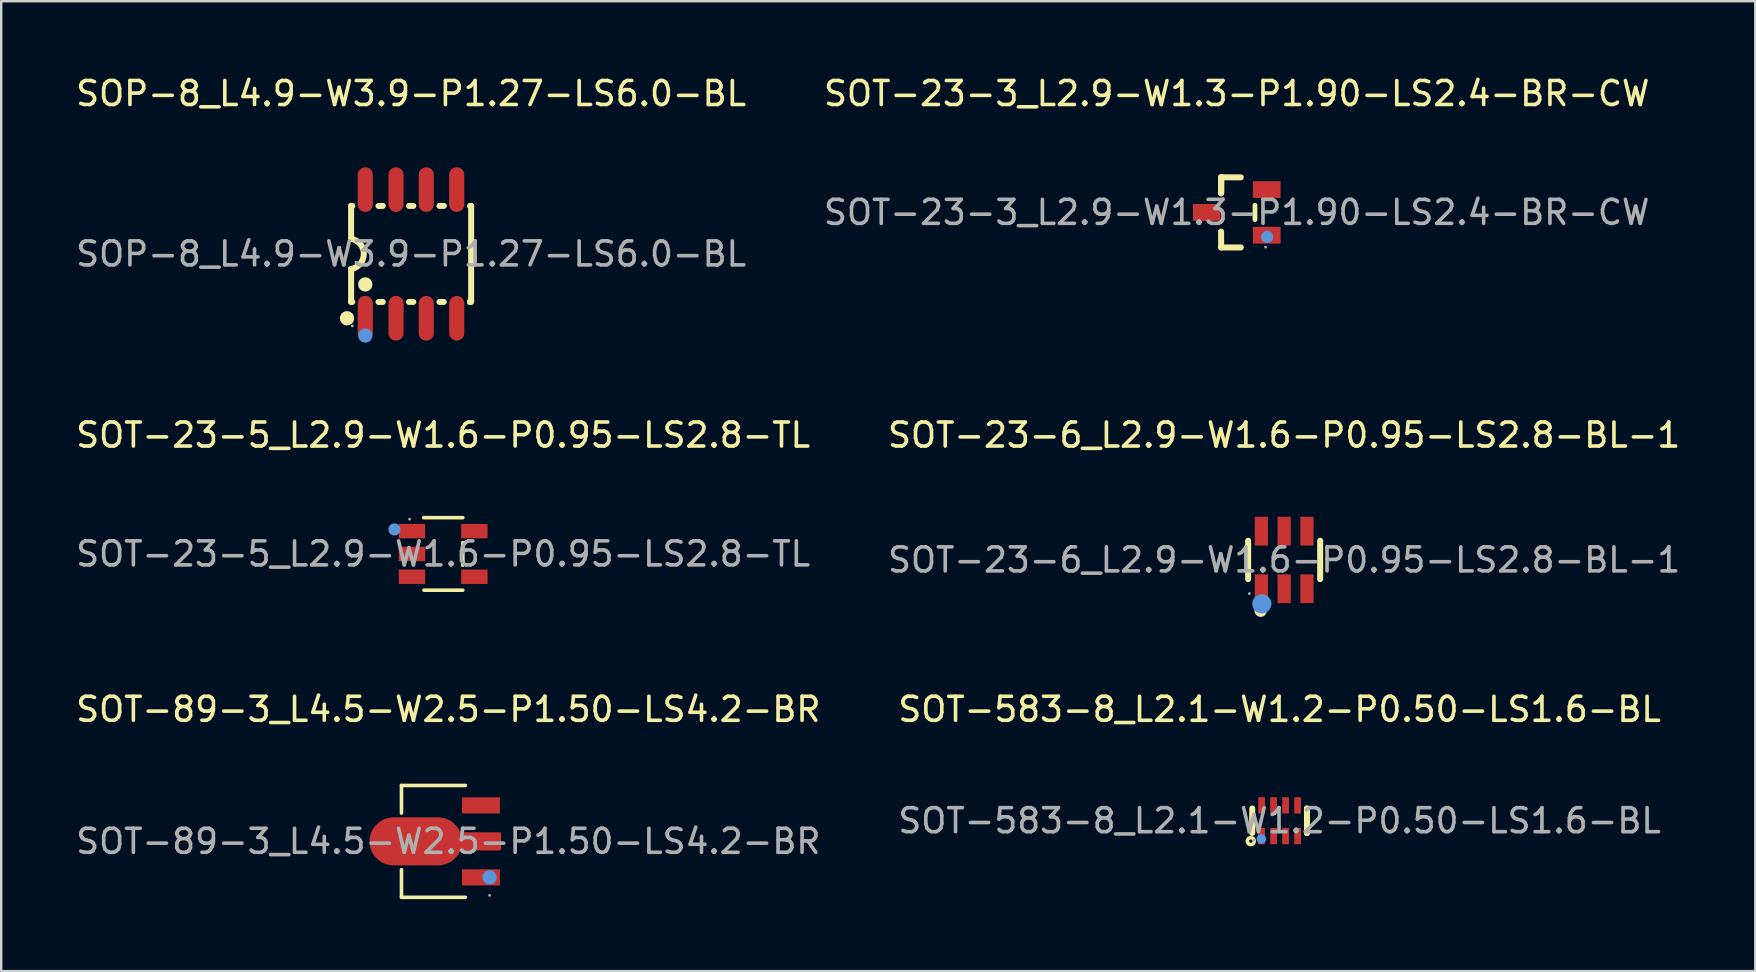
<source format=kicad_pcb>
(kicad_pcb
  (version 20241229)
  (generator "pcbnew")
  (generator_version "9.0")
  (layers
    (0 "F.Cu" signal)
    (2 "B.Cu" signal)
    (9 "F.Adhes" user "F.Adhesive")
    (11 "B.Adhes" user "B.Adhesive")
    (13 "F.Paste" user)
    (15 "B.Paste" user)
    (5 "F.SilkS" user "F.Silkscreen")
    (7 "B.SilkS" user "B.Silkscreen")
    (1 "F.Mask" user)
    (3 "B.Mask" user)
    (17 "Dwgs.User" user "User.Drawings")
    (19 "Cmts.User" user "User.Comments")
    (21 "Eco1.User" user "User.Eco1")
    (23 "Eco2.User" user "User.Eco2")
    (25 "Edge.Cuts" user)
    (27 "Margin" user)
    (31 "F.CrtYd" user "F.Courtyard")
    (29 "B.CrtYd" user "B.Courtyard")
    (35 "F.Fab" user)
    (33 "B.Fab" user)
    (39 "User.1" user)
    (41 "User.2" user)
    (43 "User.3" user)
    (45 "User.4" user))
  (footprint "SOT-583-8_L2.1-W1.2-P0.50-LS1.6-BL"
    (layer "F.Cu")
    (at 50.256 31.14)
    (property "Reference" "SOT-583-8_L2.1-W1.2-P0.50-LS1.6-BL" (at 0 -4.64 0) (layer "F.SilkS") (effects (font (size 1 1) (thickness 0.15))))
    (attr smd)
    (fp_line (start -1.14 -0.51) (end -1.14 0.51) (stroke (width 0.25) (type solid)) (layer "F.SilkS"))
    (fp_line (start 1.14 -0.51) (end 1.14 -0.51) (stroke (width 0.25) (type solid)) (layer "F.SilkS"))
    (fp_line (start 1.14 0.51) (end 1.14 -0.51) (stroke (width 0.25) (type solid)) (layer "F.SilkS"))
    (fp_line (start 1.14 0.51) (end 1.14 0.51) (stroke (width 0.25) (type solid)) (layer "F.SilkS"))
    (fp_circle (center -1.2 0.85) (end -1.13 0.85) (stroke (width 0.15) (type solid)) (fill no) (layer "F.SilkS"))
    (fp_circle (center -0.76 0.76) (end -0.66 0.76) (stroke (width 0.2) (type solid)) (fill no) (layer "Cmts.User"))
    (fp_circle (center -1.05 0.8) (end -1.02 0.8) (stroke (width 0.06) (type solid)) (fill no) (layer "F.Fab"))
    (fp_text user "${REFERENCE}" (at 0 0 0) (layer "F.Fab") (effects (font (size 1 1) (thickness 0.15))))
    (pad "1" smd rect (at -0.75 0.64) (size 0.28 0.68) (layers "F.Cu" "F.Mask" "F.Paste"))
    (pad "2" smd rect (at -0.25 0.64) (size 0.28 0.68) (layers "F.Cu" "F.Mask" "F.Paste"))
    (pad "3" smd rect (at 0.25 0.64) (size 0.28 0.68) (layers "F.Cu" "F.Mask" "F.Paste"))
    (pad "4" smd rect (at 0.75 0.64) (size 0.28 0.68) (layers "F.Cu" "F.Mask" "F.Paste"))
    (pad "5" smd rect (at 0.75 -0.64) (size 0.28 0.68) (layers "F.Cu" "F.Mask" "F.Paste"))
    (pad "6" smd rect (at 0.25 -0.64) (size 0.28 0.68) (layers "F.Cu" "F.Mask" "F.Paste"))
    (pad "7" smd rect (at -0.25 -0.64) (size 0.28 0.68) (layers "F.Cu" "F.Mask" "F.Paste"))
    (pad "8" smd rect (at -0.75 -0.64) (size 0.28 0.68) (layers "F.Cu" "F.Mask" "F.Paste")))
  (footprint "SOT-23-3_L2.9-W1.3-P1.90-LS2.4-BR-CW"
    (layer "F.Cu")
    (at 48.47 5.798)
    (property "Reference" "SOT-23-3_L2.9-W1.3-P1.90-LS2.4-BR-CW" (at 0 -4.95 0) (layer "F.SilkS") (effects (font (size 1 1) (thickness 0.15))))
    (attr smd)
    (fp_line (start -0.65 -1.46) (end -0.65 -0.8) (stroke (width 0.25) (type solid)) (layer "F.SilkS"))
    (fp_line (start -0.65 -1.46) (end 0.17 -1.46) (stroke (width 0.25) (type solid)) (layer "F.SilkS"))
    (fp_line (start -0.65 -0.8) (end -0.65 -1.46) (stroke (width 0.25) (type solid)) (layer "F.SilkS"))
    (fp_line (start -0.65 -0.8) (end -0.65 -1.46) (stroke (width 0.25) (type solid)) (layer "F.SilkS"))
    (fp_line (start -0.65 1.46) (end -0.65 0.8) (stroke (width 0.25) (type solid)) (layer "F.SilkS"))
    (fp_line (start 0.17 1.46) (end -0.65 1.46) (stroke (width 0.25) (type solid)) (layer "F.SilkS"))
    (fp_line (start 0.76 0.3) (end 0.76 -0.3) (stroke (width 0.2) (type solid)) (layer "F.SilkS"))
    (fp_circle (center 1.27 1.02) (end 1.4 1.02) (stroke (width 0.25) (type solid)) (fill no) (layer "Cmts.User"))
    (fp_circle (center 1.2 1.45) (end 1.23 1.45) (stroke (width 0.06) (type solid)) (fill no) (layer "F.Fab"))
    (fp_text user "${REFERENCE}" (at 0 0 0) (layer "F.Fab") (effects (font (size 1 1) (thickness 0.15))))
    (pad "1" smd rect (at 1.25 0.95) (size 1.15 0.7) (layers "F.Cu" "F.Mask" "F.Paste"))
    (pad "2" smd rect (at -1.25 0) (size 1.15 0.7) (layers "F.Cu" "F.Mask" "F.Paste"))
    (pad "3" smd rect (at 1.25 -0.95) (size 1.15 0.7) (layers "F.Cu" "F.Mask" "F.Paste")))
  (footprint "SOT-23-5_L2.9-W1.6-P0.95-LS2.8-TL"
    (layer "F.Cu")
    (at 15.411 20.026)
    (property "Reference" "SOT-23-5_L2.9-W1.6-P0.95-LS2.8-TL" (at 0 -4.95 0) (layer "F.SilkS") (effects (font (size 1 1) (thickness 0.15))))
    (attr smd)
    (fp_line (start -0.81 -1.51) (end 0.82 -1.51) (stroke (width 0.15) (type solid)) (layer "F.SilkS"))
    (fp_line (start -0.8 1.51) (end 0.82 1.51) (stroke (width 0.15) (type solid)) (layer "F.SilkS"))
    (fp_line (start 0.82 -0.47) (end 0.82 0.47) (stroke (width 0.15) (type solid)) (layer "F.SilkS"))
    (fp_circle (center -2.03 -1.02) (end -1.9 -1.02) (stroke (width 0.25) (type solid)) (fill no) (layer "Cmts.User"))
    (fp_circle (center -1.4 -1.45) (end -1.37 -1.45) (stroke (width 0.06) (type solid)) (fill no) (layer "F.Fab"))
    (fp_text user "${REFERENCE}" (at 0 0 0) (layer "F.Fab") (effects (font (size 1 1) (thickness 0.15))))
    (pad "1" smd rect (at -1.3 -0.95) (size 1.1 0.6) (layers "F.Cu" "F.Mask" "F.Paste"))
    (pad "2" smd rect (at -1.3 0) (size 1.1 0.6) (layers "F.Cu" "F.Mask" "F.Paste"))
    (pad "3" smd rect (at -1.3 0.95) (size 1.1 0.6) (layers "F.Cu" "F.Mask" "F.Paste"))
    (pad "4" smd rect (at 1.3 0.95) (size 1.1 0.6) (layers "F.Cu" "F.Mask" "F.Paste"))
    (pad "5" smd rect (at 1.3 -0.95) (size 1.1 0.6) (layers "F.Cu" "F.Mask" "F.Paste")))
  (footprint "SOP-8_L4.9-W3.9-P1.27-LS6.0-BL"
    (layer "F.Cu")
    (at 14.077 7.528)
    (property "Reference" "SOP-8_L4.9-W3.9-P1.27-LS6.0-BL" (at 0 -6.68 0) (layer "F.SilkS") (effects (font (size 1 1) (thickness 0.15))))
    (attr smd)
    (fp_line (start -2.5 -2) (end -2.5 -0.63) (stroke (width 0.25) (type solid)) (layer "F.SilkS"))
    (fp_line (start -2.5 -2) (end -2.45 -2) (stroke (width 0.25) (type solid)) (layer "F.SilkS"))
    (fp_line (start -2.5 2) (end -2.5 0.63) (stroke (width 0.25) (type solid)) (layer "F.SilkS"))
    (fp_line (start -2.5 2) (end -2.45 2) (stroke (width 0.25) (type solid)) (layer "F.SilkS"))
    (fp_line (start -1.36 -2) (end -1.18 -2) (stroke (width 0.25) (type solid)) (layer "F.SilkS"))
    (fp_line (start -1.36 2) (end -1.18 2) (stroke (width 0.25) (type solid)) (layer "F.SilkS"))
    (fp_line (start -0.09 -2) (end 0.09 -2) (stroke (width 0.25) (type solid)) (layer "F.SilkS"))
    (fp_line (start -0.09 2) (end 0.09 2) (stroke (width 0.25) (type solid)) (layer "F.SilkS"))
    (fp_line (start 1.18 -2) (end 1.36 -2) (stroke (width 0.25) (type solid)) (layer "F.SilkS"))
    (fp_line (start 1.18 2) (end 1.36 2) (stroke (width 0.25) (type solid)) (layer "F.SilkS"))
    (fp_line (start 2.45 -2) (end 2.5 -2) (stroke (width 0.25) (type solid)) (layer "F.SilkS"))
    (fp_line (start 2.45 2) (end 2.5 2) (stroke (width 0.25) (type solid)) (layer "F.SilkS"))
    (fp_line (start 2.5 -2) (end 2.5 1.95) (stroke (width 0.25) (type solid)) (layer "F.SilkS"))
    (fp_line (start 2.5 1.95) (end 2.45 2) (stroke (width 0.25) (type solid)) (layer "F.SilkS"))
    (fp_arc (start -2.5 -0.63) (mid -1.970474 -0.002632) (end -2.494818 0.629073) (stroke (width 0.25) (type solid)) (layer "F.SilkS"))
    (fp_circle (center -2.67 2.68) (end -2.52 2.68) (stroke (width 0.3) (type solid)) (fill no) (layer "F.SilkS"))
    (fp_circle (center -1.91 1.27) (end -1.76 1.27) (stroke (width 0.3) (type solid)) (fill no) (layer "F.SilkS"))
    (fp_circle (center -1.91 3.4) (end -1.76 3.4) (stroke (width 0.3) (type solid)) (fill no) (layer "Cmts.User"))
    (fp_circle (center -2.45 3) (end -2.42 3) (stroke (width 0.06) (type solid)) (fill no) (layer "F.Fab"))
    (fp_text user "${REFERENCE}" (at 0 0 0) (layer "F.Fab") (effects (font (size 1 1) (thickness 0.15))))
    (pad "1" smd oval (at -1.91 2.68) (size 0.63 1.86) (layers "F.Cu" "F.Mask" "F.Paste"))
    (pad "2" smd oval (at -0.63 2.68) (size 0.63 1.86) (layers "F.Cu" "F.Mask" "F.Paste"))
    (pad "3" smd oval (at 0.63 2.68) (size 0.63 1.86) (layers "F.Cu" "F.Mask" "F.Paste"))
    (pad "4" smd oval (at 1.9 2.68) (size 0.63 1.86) (layers "F.Cu" "F.Mask" "F.Paste"))
    (pad "5" smd oval (at 1.9 -2.68) (size 0.63 1.86) (layers "F.Cu" "F.Mask" "F.Paste"))
    (pad "6" smd oval (at 0.63 -2.68) (size 0.63 1.86) (layers "F.Cu" "F.Mask" "F.Paste"))
    (pad "7" smd oval (at -0.63 -2.68) (size 0.63 1.86) (layers "F.Cu" "F.Mask" "F.Paste"))
    (pad "8" smd oval (at -1.91 -2.68) (size 0.63 1.86) (layers "F.Cu" "F.Mask" "F.Paste")))
  (footprint "SOT-89-3_L4.5-W2.5-P1.50-LS4.2-BR"
    (layer "F.Cu")
    (at 15.625 32)
    (property "Reference" "SOT-89-3_L4.5-W2.5-P1.50-LS4.2-BR" (at 0 -5.5 0) (layer "F.SilkS") (effects (font (size 1 1) (thickness 0.15))))
    (attr smd)
    (fp_line (start -1.95 -2.33) (end -1.95 -1.18) (stroke (width 0.15) (type solid)) (layer "F.SilkS"))
    (fp_line (start -1.95 2.33) (end -1.95 1.18) (stroke (width 0.15) (type solid)) (layer "F.SilkS"))
    (fp_line (start 0.71 -2.33) (end -1.95 -2.33) (stroke (width 0.15) (type solid)) (layer "F.SilkS"))
    (fp_line (start 0.71 2.33) (end -1.95 2.33) (stroke (width 0.15) (type solid)) (layer "F.SilkS"))
    (fp_circle (center 1.72 1.5) (end 1.87 1.5) (stroke (width 0.3) (type solid)) (fill no) (layer "Cmts.User"))
    (fp_circle (center 1.72 2.25) (end 1.75 2.25) (stroke (width 0.06) (type solid)) (fill no) (layer "F.Fab"))
    (fp_text user "${REFERENCE}" (at 0 0 0) (layer "F.Fab") (effects (font (size 1 1) (thickness 0.15))))
    (pad "1" smd rect (at 1.36 1.5) (size 1.58 0.67) (layers "F.Cu" "F.Mask" "F.Paste"))
    (pad "2" smd custom (at -1.36 0) (size 0.01 0.01) (layers "F.Cu" "F.Mask" "F.Paste") (options (anchor circle)) (primitives (gr_poly (pts (xy -0.92 -0.95) (xy 0.93 -0.95) (xy 0.98 -0.95) (xy 1.02 -0.95) (xy 1.07 -0.94) (xy 1.11 -0.93) (xy 1.16 -0.92) (xy 1.2 -0.91) (xy 1.24 -0.9) (xy 1.28 -0.88) (xy 1.32 -0.87) (xy 1.36 -0.85) (xy 1.4 -0.83) (xy 1.44 -0.8) (xy 1.48 -0.78) (xy 1.51 -0.75) (xy 1.55 -0.72) (xy 1.58 -0.69) (xy 1.61 -0.66) (xy 1.64 -0.63) (xy 1.67 -0.6) (xy 1.7 -0.56) (xy 1.73 -0.53) (xy 1.75 -0.49) (xy 1.77 -0.45) (xy 1.79 -0.41) (xy 1.81 -0.33) (xy 3.51 -0.33) (xy 3.51 0.33) (xy 1.81 0.33) (xy 1.79 0.41) (xy 1.77 0.45) (xy 1.75 0.49) (xy 1.73 0.53) (xy 1.7 0.56) (xy 1.67 0.6) (xy 1.64 0.63) (xy 1.61 0.66) (xy 1.58 0.7) (xy 1.55 0.72) (xy 1.51 0.75) (xy 1.48 0.78) (xy 1.44 0.8) (xy 1.4 0.83) (xy 1.36 0.85) (xy 1.32 0.87) (xy 1.28 0.88) (xy 1.24 0.9) (xy 1.2 0.91) (xy 1.16 0.92) (xy 1.11 0.93) (xy 1.07 0.94) (xy 1.02 0.95) (xy 0.98 0.95) (xy 0.93 0.95) (xy -0.92 0.95) (xy -0.96 0.95) (xy -1.01 0.95) (xy -1.05 0.94) (xy -1.1 0.93) (xy -1.14 0.92) (xy -1.18 0.91) (xy -1.23 0.9) (xy -1.27 0.88) (xy -1.31 0.87) (xy -1.35 0.85) (xy -1.39 0.83) (xy -1.43 0.8) (xy -1.46 0.78) (xy -1.5 0.75) (xy -1.53 0.72) (xy -1.57 0.7) (xy -1.6 0.66) (xy -1.63 0.63) (xy -1.66 0.6) (xy -1.69 0.56) (xy -1.71 0.53) (xy -1.73 0.49) (xy -1.76 0.45) (xy -1.78 0.41) (xy -1.8 0.37) (xy -1.81 0.33) (xy -1.83 0.29) (xy -1.84 0.24) (xy -1.85 0.2) (xy -1.86 0.16) (xy -1.86 0.11) (xy -1.87 0.07) (xy -1.87 0.02) (xy -1.87 -0.02) (xy -1.87 -0.07) (xy -1.86 -0.11) (xy -1.86 -0.15) (xy -1.85 -0.2) (xy -1.84 -0.24) (xy -1.83 -0.28) (xy -1.81 -0.33) (xy -1.8 -0.37) (xy -1.78 -0.41) (xy -1.76 -0.45) (xy -1.73 -0.49) (xy -1.71 -0.53) (xy -1.69 -0.56) (xy -1.66 -0.6) (xy -1.63 -0.63) (xy -1.6 -0.66) (xy -1.57 -0.69) (xy -1.53 -0.72) (xy -1.5 -0.75) (xy -1.46 -0.78) (xy -1.43 -0.8) (xy -1.39 -0.83) (xy -1.35 -0.85) (xy -1.31 -0.87) (xy -1.27 -0.88) (xy -1.23 -0.9) (xy -1.18 -0.91) (xy -1.14 -0.92) (xy -1.1 -0.93) (xy -1.05 -0.94) (xy -1.01 -0.95) (xy -0.96 -0.95) (xy -0.92 -0.95)) (width 0.1) (fill yes))))
    (pad "3" smd rect (at 1.36 -1.5) (size 1.58 0.67) (layers "F.Cu" "F.Mask" "F.Paste")))
  (footprint "SOT-23-6_L2.9-W1.6-P0.95-LS2.8-BL-1"
    (layer "F.Cu")
    (at 50.446 20.276)
    (property "Reference" "SOT-23-6_L2.9-W1.6-P0.95-LS2.8-BL-1" (at 0 -5.2 0) (layer "F.SilkS") (effects (font (size 1 1) (thickness 0.15))))
    (attr smd)
    (fp_line (start -1.5 0.8) (end -1.5 -0.8) (stroke (width 0.25) (type solid)) (layer "F.SilkS"))
    (fp_line (start 1.5 -0.8) (end 1.5 0.8) (stroke (width 0.25) (type solid)) (layer "F.SilkS"))
    (fp_circle (center -0.98 2.12) (end -0.85 2.12) (stroke (width 0.25) (type solid)) (fill no) (layer "F.SilkS"))
    (fp_circle (center -0.93 1.83) (end -0.73 1.83) (stroke (width 0.4) (type solid)) (fill no) (layer "Cmts.User"))
    (fp_circle (center -1.45 1.4) (end -1.42 1.4) (stroke (width 0.06) (type solid)) (fill no) (layer "F.Fab"))
    (fp_text user "${REFERENCE}" (at 0 0 0) (layer "F.Fab") (effects (font (size 1 1) (thickness 0.15))))
    (pad "1" smd rect (at -0.95 1.2) (size 0.55 1.2) (layers "F.Cu" "F.Mask" "F.Paste"))
    (pad "2" smd rect (at 0 1.2) (size 0.55 1.2) (layers "F.Cu" "F.Mask" "F.Paste"))
    (pad "3" smd rect (at 0.95 1.2) (size 0.55 1.2) (layers "F.Cu" "F.Mask" "F.Paste"))
    (pad "4" smd rect (at 0.95 -1.2) (size 0.55 1.2) (layers "F.Cu" "F.Mask" "F.Paste"))
    (pad "5" smd rect (at 0 -1.2) (size 0.55 1.2) (layers "F.Cu" "F.Mask" "F.Paste"))
    (pad "6" smd rect (at -0.95 -1.2) (size 0.55 1.2) (layers "F.Cu" "F.Mask" "F.Paste")))
  (gr_rect
    (start -3 -3)
    (end 70.071 37.405)
    (stroke (width 0.1) (type default))
    (fill no)
    (layer "Edge.Cuts")))
</source>
